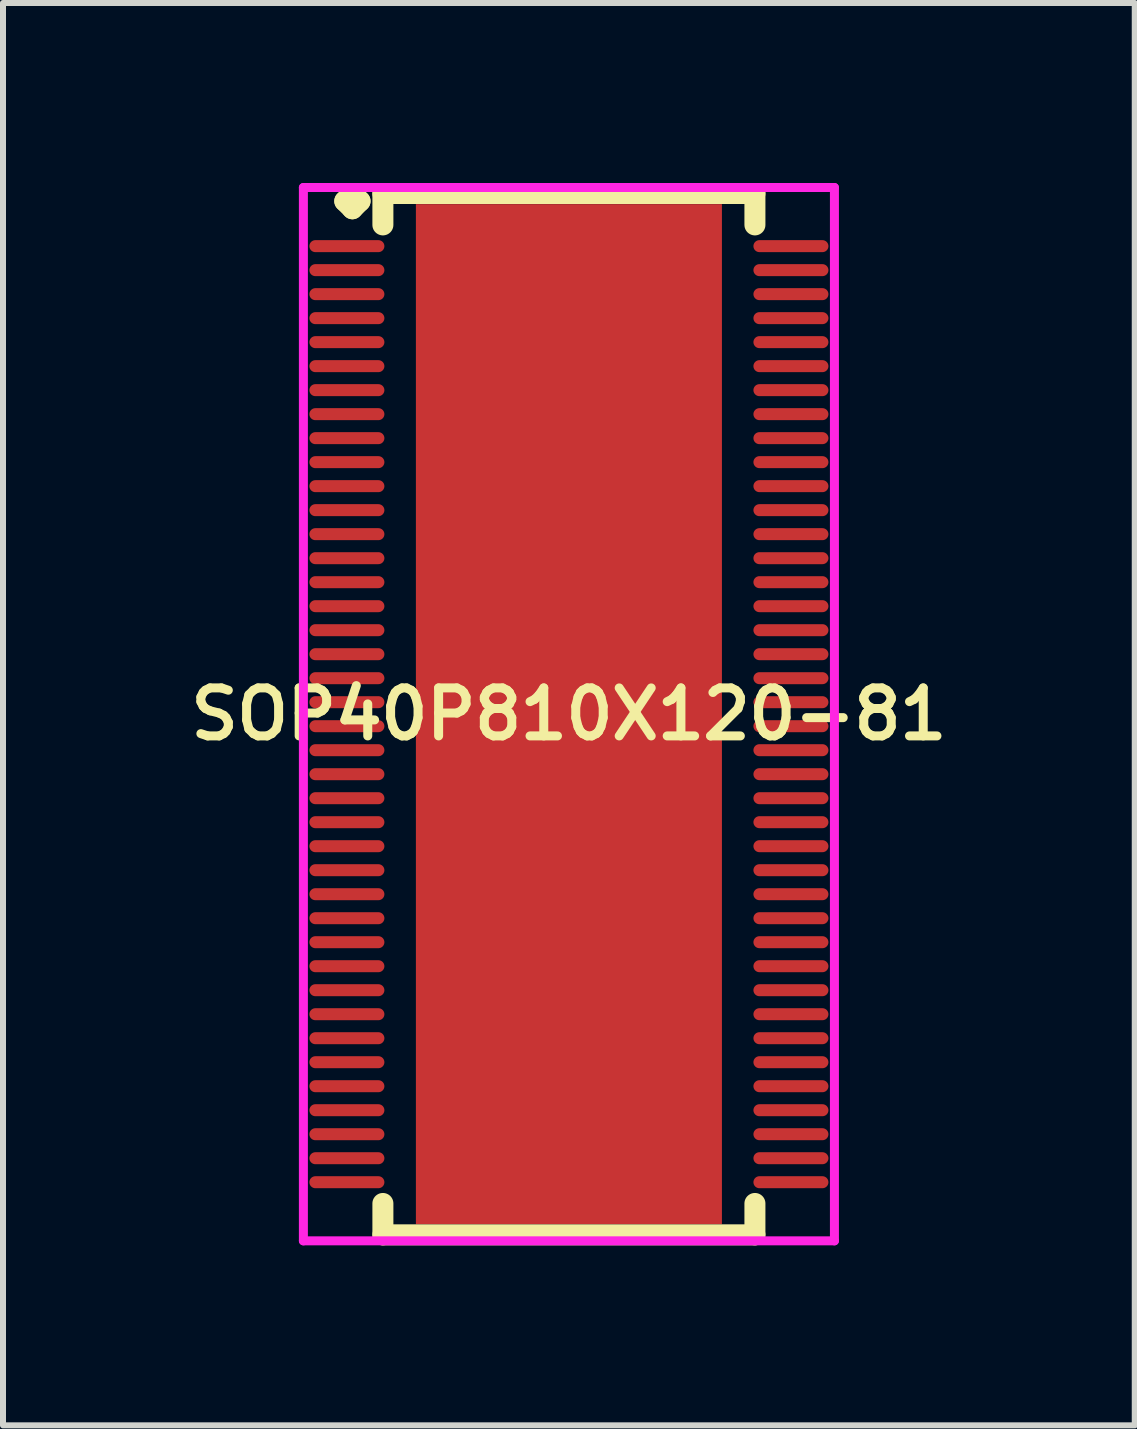
<source format=kicad_pcb>
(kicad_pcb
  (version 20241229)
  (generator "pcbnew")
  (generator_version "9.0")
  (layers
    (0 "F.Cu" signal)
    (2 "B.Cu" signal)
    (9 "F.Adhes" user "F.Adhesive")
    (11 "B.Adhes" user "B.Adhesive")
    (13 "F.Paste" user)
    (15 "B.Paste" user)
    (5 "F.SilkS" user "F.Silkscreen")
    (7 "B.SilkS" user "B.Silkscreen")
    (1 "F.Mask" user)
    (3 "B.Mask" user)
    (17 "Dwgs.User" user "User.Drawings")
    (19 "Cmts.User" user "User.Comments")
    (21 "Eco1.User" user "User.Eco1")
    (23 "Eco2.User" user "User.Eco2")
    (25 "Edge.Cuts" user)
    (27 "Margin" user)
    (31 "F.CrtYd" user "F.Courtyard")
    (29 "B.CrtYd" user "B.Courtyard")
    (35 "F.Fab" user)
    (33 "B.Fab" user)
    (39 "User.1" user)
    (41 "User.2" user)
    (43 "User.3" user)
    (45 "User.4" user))
  (footprint "SOP40P810X120-81"
    (layer "F.Cu")
    (at 6.431 8.852)
    (property "Reference" "SOP40P810X120-81" (at 0 0 0) (layer "F.SilkS") (effects (font (size 0.8 0.8) (thickness 0.15))))
    (attr through_hole)
    (fp_line (start -3.735 -8.55) (end -3.608 -8.677) (stroke (width 0.35) (type solid)) (layer "F.SilkS"))
    (fp_line (start -3.608 -8.677) (end -3.481 -8.55) (stroke (width 0.35) (type solid)) (layer "F.SilkS"))
    (fp_line (start -3.608 -8.423) (end -3.735 -8.55) (stroke (width 0.35) (type solid)) (layer "F.SilkS"))
    (fp_line (start -3.481 -8.55) (end -3.608 -8.423) (stroke (width 0.35) (type solid)) (layer "F.SilkS"))
    (fp_line (start -3.1 -8.677) (end 3.1 -8.677) (stroke (width 0.35) (type solid)) (layer "F.SilkS"))
    (fp_line (start -3.1 -8.154) (end -3.1 -8.677) (stroke (width 0.35) (type solid)) (layer "F.SilkS"))
    (fp_line (start -3.1 8.154) (end -3.1 8.677) (stroke (width 0.35) (type solid)) (layer "F.SilkS"))
    (fp_line (start -3.1 8.677) (end 3.1 8.677) (stroke (width 0.35) (type solid)) (layer "F.SilkS"))
    (fp_line (start 3.1 -8.677) (end 3.1 -8.154) (stroke (width 0.35) (type solid)) (layer "F.SilkS"))
    (fp_line (start 3.1 8.677) (end 3.1 8.154) (stroke (width 0.35) (type solid)) (layer "F.SilkS"))
    (fp_line (start -4.425 -8.777) (end 4.425 -8.777) (stroke (width 0.15) (type solid)) (layer "F.CrtYd"))
    (fp_line (start -4.425 8.777) (end -4.425 -8.777) (stroke (width 0.15) (type solid)) (layer "F.CrtYd"))
    (fp_line (start 4.425 -8.777) (end 4.425 8.777) (stroke (width 0.15) (type solid)) (layer "F.CrtYd"))
    (fp_line (start 4.425 8.777) (end -4.425 8.777) (stroke (width 0.15) (type solid)) (layer "F.CrtYd"))
    (pad "1" smd oval (at -3.7 -7.8) (size 1.25 0.2) (layers "F.Cu" "F.Mask" "F.Paste"))
    (pad "2" smd oval (at -3.7 -7.4) (size 1.25 0.2) (layers "F.Cu" "F.Mask" "F.Paste"))
    (pad "3" smd oval (at -3.7 -7) (size 1.25 0.2) (layers "F.Cu" "F.Mask" "F.Paste"))
    (pad "4" smd oval (at -3.7 -6.6) (size 1.25 0.2) (layers "F.Cu" "F.Mask" "F.Paste"))
    (pad "5" smd oval (at -3.7 -6.2) (size 1.25 0.2) (layers "F.Cu" "F.Mask" "F.Paste"))
    (pad "6" smd oval (at -3.7 -5.8) (size 1.25 0.2) (layers "F.Cu" "F.Mask" "F.Paste"))
    (pad "7" smd oval (at -3.7 -5.4) (size 1.25 0.2) (layers "F.Cu" "F.Mask" "F.Paste"))
    (pad "8" smd oval (at -3.7 -5) (size 1.25 0.2) (layers "F.Cu" "F.Mask" "F.Paste"))
    (pad "9" smd oval (at -3.7 -4.6) (size 1.25 0.2) (layers "F.Cu" "F.Mask" "F.Paste"))
    (pad "10" smd oval (at -3.7 -4.2) (size 1.25 0.2) (layers "F.Cu" "F.Mask" "F.Paste"))
    (pad "11" smd oval (at -3.7 -3.8) (size 1.25 0.2) (layers "F.Cu" "F.Mask" "F.Paste"))
    (pad "12" smd oval (at -3.7 -3.4) (size 1.25 0.2) (layers "F.Cu" "F.Mask" "F.Paste"))
    (pad "13" smd oval (at -3.7 -3) (size 1.25 0.2) (layers "F.Cu" "F.Mask" "F.Paste"))
    (pad "14" smd oval (at -3.7 -2.6) (size 1.25 0.2) (layers "F.Cu" "F.Mask" "F.Paste"))
    (pad "15" smd oval (at -3.7 -2.2) (size 1.25 0.2) (layers "F.Cu" "F.Mask" "F.Paste"))
    (pad "16" smd oval (at -3.7 -1.8) (size 1.25 0.2) (layers "F.Cu" "F.Mask" "F.Paste"))
    (pad "17" smd oval (at -3.7 -1.4) (size 1.25 0.2) (layers "F.Cu" "F.Mask" "F.Paste"))
    (pad "18" smd oval (at -3.7 -1) (size 1.25 0.2) (layers "F.Cu" "F.Mask" "F.Paste"))
    (pad "19" smd oval (at -3.7 -0.6) (size 1.25 0.2) (layers "F.Cu" "F.Mask" "F.Paste"))
    (pad "20" smd oval (at -3.7 -0.2) (size 1.25 0.2) (layers "F.Cu" "F.Mask" "F.Paste"))
    (pad "21" smd oval (at -3.7 0.2) (size 1.25 0.2) (layers "F.Cu" "F.Mask" "F.Paste"))
    (pad "22" smd oval (at -3.7 0.6) (size 1.25 0.2) (layers "F.Cu" "F.Mask" "F.Paste"))
    (pad "23" smd oval (at -3.7 1) (size 1.25 0.2) (layers "F.Cu" "F.Mask" "F.Paste"))
    (pad "24" smd oval (at -3.7 1.4) (size 1.25 0.2) (layers "F.Cu" "F.Mask" "F.Paste"))
    (pad "25" smd oval (at -3.7 1.8) (size 1.25 0.2) (layers "F.Cu" "F.Mask" "F.Paste"))
    (pad "26" smd oval (at -3.7 2.2) (size 1.25 0.2) (layers "F.Cu" "F.Mask" "F.Paste"))
    (pad "27" smd oval (at -3.7 2.6) (size 1.25 0.2) (layers "F.Cu" "F.Mask" "F.Paste"))
    (pad "28" smd oval (at -3.7 3) (size 1.25 0.2) (layers "F.Cu" "F.Mask" "F.Paste"))
    (pad "29" smd oval (at -3.7 3.4) (size 1.25 0.2) (layers "F.Cu" "F.Mask" "F.Paste"))
    (pad "30" smd oval (at -3.7 3.8) (size 1.25 0.2) (layers "F.Cu" "F.Mask" "F.Paste"))
    (pad "31" smd oval (at -3.7 4.2) (size 1.25 0.2) (layers "F.Cu" "F.Mask" "F.Paste"))
    (pad "32" smd oval (at -3.7 4.6) (size 1.25 0.2) (layers "F.Cu" "F.Mask" "F.Paste"))
    (pad "33" smd oval (at -3.7 5) (size 1.25 0.2) (layers "F.Cu" "F.Mask" "F.Paste"))
    (pad "34" smd oval (at -3.7 5.4) (size 1.25 0.2) (layers "F.Cu" "F.Mask" "F.Paste"))
    (pad "35" smd oval (at -3.7 5.8) (size 1.25 0.2) (layers "F.Cu" "F.Mask" "F.Paste"))
    (pad "36" smd oval (at -3.7 6.2) (size 1.25 0.2) (layers "F.Cu" "F.Mask" "F.Paste"))
    (pad "37" smd oval (at -3.7 6.6) (size 1.25 0.2) (layers "F.Cu" "F.Mask" "F.Paste"))
    (pad "38" smd oval (at -3.7 7) (size 1.25 0.2) (layers "F.Cu" "F.Mask" "F.Paste"))
    (pad "39" smd oval (at -3.7 7.4) (size 1.25 0.2) (layers "F.Cu" "F.Mask" "F.Paste"))
    (pad "40" smd oval (at -3.7 7.8) (size 1.25 0.2) (layers "F.Cu" "F.Mask" "F.Paste"))
    (pad "41" smd oval (at 3.7 7.8) (size 1.25 0.2) (layers "F.Cu" "F.Mask" "F.Paste"))
    (pad "42" smd oval (at 3.7 7.4) (size 1.25 0.2) (layers "F.Cu" "F.Mask" "F.Paste"))
    (pad "43" smd oval (at 3.7 7) (size 1.25 0.2) (layers "F.Cu" "F.Mask" "F.Paste"))
    (pad "44" smd oval (at 3.7 6.6) (size 1.25 0.2) (layers "F.Cu" "F.Mask" "F.Paste"))
    (pad "45" smd oval (at 3.7 6.2) (size 1.25 0.2) (layers "F.Cu" "F.Mask" "F.Paste"))
    (pad "46" smd oval (at 3.7 5.8) (size 1.25 0.2) (layers "F.Cu" "F.Mask" "F.Paste"))
    (pad "47" smd oval (at 3.7 5.4) (size 1.25 0.2) (layers "F.Cu" "F.Mask" "F.Paste"))
    (pad "48" smd oval (at 3.7 5) (size 1.25 0.2) (layers "F.Cu" "F.Mask" "F.Paste"))
    (pad "49" smd oval (at 3.7 4.6) (size 1.25 0.2) (layers "F.Cu" "F.Mask" "F.Paste"))
    (pad "50" smd oval (at 3.7 4.2) (size 1.25 0.2) (layers "F.Cu" "F.Mask" "F.Paste"))
    (pad "51" smd oval (at 3.7 3.8) (size 1.25 0.2) (layers "F.Cu" "F.Mask" "F.Paste"))
    (pad "52" smd oval (at 3.7 3.4) (size 1.25 0.2) (layers "F.Cu" "F.Mask" "F.Paste"))
    (pad "53" smd oval (at 3.7 3) (size 1.25 0.2) (layers "F.Cu" "F.Mask" "F.Paste"))
    (pad "54" smd oval (at 3.7 2.6) (size 1.25 0.2) (layers "F.Cu" "F.Mask" "F.Paste"))
    (pad "55" smd oval (at 3.7 2.2) (size 1.25 0.2) (layers "F.Cu" "F.Mask" "F.Paste"))
    (pad "56" smd oval (at 3.7 1.8) (size 1.25 0.2) (layers "F.Cu" "F.Mask" "F.Paste"))
    (pad "57" smd oval (at 3.7 1.4) (size 1.25 0.2) (layers "F.Cu" "F.Mask" "F.Paste"))
    (pad "58" smd oval (at 3.7 1) (size 1.25 0.2) (layers "F.Cu" "F.Mask" "F.Paste"))
    (pad "59" smd oval (at 3.7 0.6) (size 1.25 0.2) (layers "F.Cu" "F.Mask" "F.Paste"))
    (pad "60" smd oval (at 3.7 0.2) (size 1.25 0.2) (layers "F.Cu" "F.Mask" "F.Paste"))
    (pad "61" smd oval (at 3.7 -0.2) (size 1.25 0.2) (layers "F.Cu" "F.Mask" "F.Paste"))
    (pad "62" smd oval (at 3.7 -0.6) (size 1.25 0.2) (layers "F.Cu" "F.Mask" "F.Paste"))
    (pad "63" smd oval (at 3.7 -1) (size 1.25 0.2) (layers "F.Cu" "F.Mask" "F.Paste"))
    (pad "64" smd oval (at 3.7 -1.4) (size 1.25 0.2) (layers "F.Cu" "F.Mask" "F.Paste"))
    (pad "65" smd oval (at 3.7 -1.8) (size 1.25 0.2) (layers "F.Cu" "F.Mask" "F.Paste"))
    (pad "66" smd oval (at 3.7 -2.2) (size 1.25 0.2) (layers "F.Cu" "F.Mask" "F.Paste"))
    (pad "67" smd oval (at 3.7 -2.6) (size 1.25 0.2) (layers "F.Cu" "F.Mask" "F.Paste"))
    (pad "68" smd oval (at 3.7 -3) (size 1.25 0.2) (layers "F.Cu" "F.Mask" "F.Paste"))
    (pad "69" smd oval (at 3.7 -3.4) (size 1.25 0.2) (layers "F.Cu" "F.Mask" "F.Paste"))
    (pad "70" smd oval (at 3.7 -3.8) (size 1.25 0.2) (layers "F.Cu" "F.Mask" "F.Paste"))
    (pad "71" smd oval (at 3.7 -4.2) (size 1.25 0.2) (layers "F.Cu" "F.Mask" "F.Paste"))
    (pad "72" smd oval (at 3.7 -4.6) (size 1.25 0.2) (layers "F.Cu" "F.Mask" "F.Paste"))
    (pad "73" smd oval (at 3.7 -5) (size 1.25 0.2) (layers "F.Cu" "F.Mask" "F.Paste"))
    (pad "74" smd oval (at 3.7 -5.4) (size 1.25 0.2) (layers "F.Cu" "F.Mask" "F.Paste"))
    (pad "75" smd oval (at 3.7 -5.8) (size 1.25 0.2) (layers "F.Cu" "F.Mask" "F.Paste"))
    (pad "76" smd oval (at 3.7 -6.2) (size 1.25 0.2) (layers "F.Cu" "F.Mask" "F.Paste"))
    (pad "77" smd oval (at 3.7 -6.6) (size 1.25 0.2) (layers "F.Cu" "F.Mask" "F.Paste"))
    (pad "78" smd oval (at 3.7 -7) (size 1.25 0.2) (layers "F.Cu" "F.Mask" "F.Paste"))
    (pad "79" smd oval (at 3.7 -7.4) (size 1.25 0.2) (layers "F.Cu" "F.Mask" "F.Paste"))
    (pad "80" smd oval (at 3.7 -7.8) (size 1.25 0.2) (layers "F.Cu" "F.Mask" "F.Paste"))
    (pad "81" smd rect (at 0 0) (size 5.1 17) (layers "F.Cu" "F.Mask" "F.Paste")))
  (gr_rect
    (start -3 -3)
    (end 15.861 20.704)
    (stroke (width 0.1) (type default))
    (fill no)
    (layer "Edge.Cuts")))
</source>
